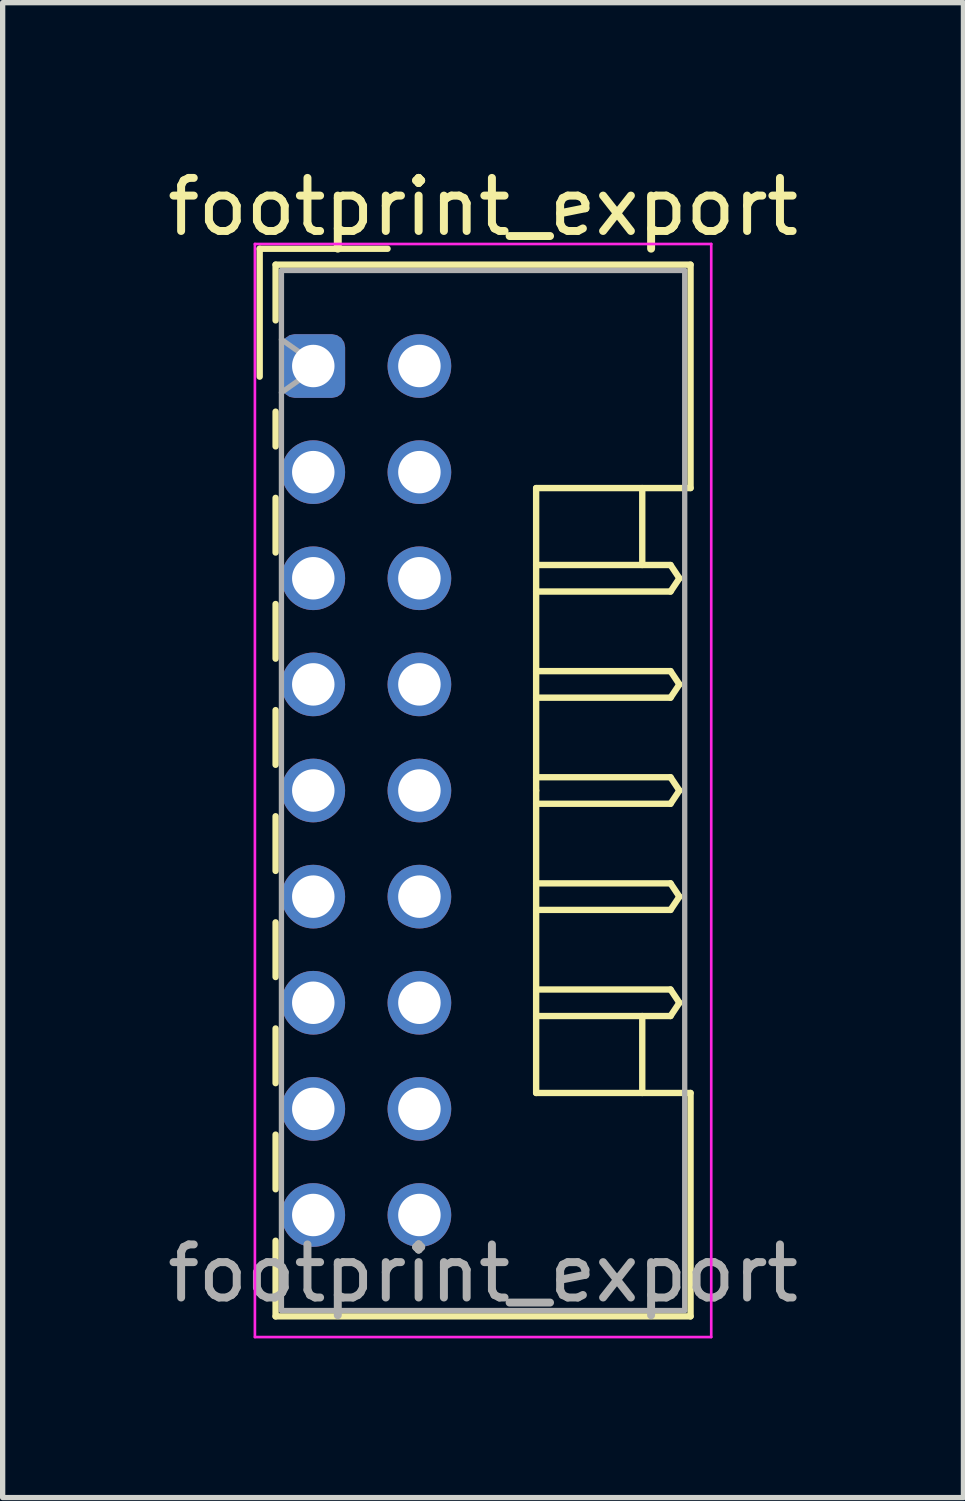
<source format=kicad_pcb>
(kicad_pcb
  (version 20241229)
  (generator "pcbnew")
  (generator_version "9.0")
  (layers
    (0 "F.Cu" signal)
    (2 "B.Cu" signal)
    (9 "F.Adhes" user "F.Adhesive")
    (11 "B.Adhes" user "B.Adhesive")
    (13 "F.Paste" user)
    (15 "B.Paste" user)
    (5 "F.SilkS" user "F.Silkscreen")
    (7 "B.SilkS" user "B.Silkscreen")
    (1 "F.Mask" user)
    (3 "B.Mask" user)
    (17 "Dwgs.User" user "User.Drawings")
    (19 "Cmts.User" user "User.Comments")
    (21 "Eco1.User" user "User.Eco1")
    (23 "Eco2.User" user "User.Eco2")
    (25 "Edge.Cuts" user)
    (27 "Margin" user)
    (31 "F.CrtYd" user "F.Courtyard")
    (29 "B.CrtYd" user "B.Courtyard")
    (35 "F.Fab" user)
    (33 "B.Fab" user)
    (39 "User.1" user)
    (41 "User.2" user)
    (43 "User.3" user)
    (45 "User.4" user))
  (footprint "footprint_export"
    (layer "F.Cu")
    (at 2.854 3.848)
    (property "Reference" "footprint_export" (at 3.2 -3 0) (layer "F.SilkS") (effects (font (size 1 1) (thickness 0.15))))
    (attr through_hole)
    (fp_line (start -1.01 -2.21) (end -1.01 0.2) (stroke (width 0.12) (type solid)) (layer "F.SilkS"))
    (fp_line (start -0.71 -1.91) (end -0.71 -0.86) (stroke (width 0.12) (type solid)) (layer "F.SilkS"))
    (fp_line (start -0.71 -1.91) (end 7.11 -1.91) (stroke (width 0.12) (type solid)) (layer "F.SilkS"))
    (fp_line (start -0.71 0.86) (end -0.71 1.515) (stroke (width 0.12) (type solid)) (layer "F.SilkS"))
    (fp_line (start -0.71 2.485) (end -0.71 3.515) (stroke (width 0.12) (type solid)) (layer "F.SilkS"))
    (fp_line (start -0.71 4.485) (end -0.71 5.515) (stroke (width 0.12) (type solid)) (layer "F.SilkS"))
    (fp_line (start -0.71 6.485) (end -0.71 7.515) (stroke (width 0.12) (type solid)) (layer "F.SilkS"))
    (fp_line (start -0.71 8.485) (end -0.71 9.515) (stroke (width 0.12) (type solid)) (layer "F.SilkS"))
    (fp_line (start -0.71 10.485) (end -0.71 11.515) (stroke (width 0.12) (type solid)) (layer "F.SilkS"))
    (fp_line (start -0.71 12.485) (end -0.71 13.515) (stroke (width 0.12) (type solid)) (layer "F.SilkS"))
    (fp_line (start -0.71 14.485) (end -0.71 15.515) (stroke (width 0.12) (type solid)) (layer "F.SilkS"))
    (fp_line (start -0.71 16.485) (end -0.71 17.91) (stroke (width 0.12) (type solid)) (layer "F.SilkS"))
    (fp_line (start -0.71 17.91) (end 7.11 17.91) (stroke (width 0.12) (type solid)) (layer "F.SilkS"))
    (fp_line (start 1.4 -2.21) (end -1.01 -2.21) (stroke (width 0.12) (type solid)) (layer "F.SilkS"))
    (fp_line (start 4.2 2.3) (end 4.2 8) (stroke (width 0.12) (type solid)) (layer "F.SilkS"))
    (fp_line (start 4.2 3.75) (end 6.733 3.75) (stroke (width 0.12) (type solid)) (layer "F.SilkS"))
    (fp_line (start 4.2 5.75) (end 6.733 5.75) (stroke (width 0.12) (type solid)) (layer "F.SilkS"))
    (fp_line (start 4.2 7.75) (end 6.733 7.75) (stroke (width 0.12) (type solid)) (layer "F.SilkS"))
    (fp_line (start 4.2 9.75) (end 6.733 9.75) (stroke (width 0.12) (type solid)) (layer "F.SilkS"))
    (fp_line (start 4.2 11.75) (end 6.733 11.75) (stroke (width 0.12) (type solid)) (layer "F.SilkS"))
    (fp_line (start 4.2 13.7) (end 4.2 8) (stroke (width 0.12) (type solid)) (layer "F.SilkS"))
    (fp_line (start 6.2 2.3) (end 6.2 3.75) (stroke (width 0.12) (type solid)) (layer "F.SilkS"))
    (fp_line (start 6.2 13.7) (end 6.2 12.25) (stroke (width 0.12) (type solid)) (layer "F.SilkS"))
    (fp_line (start 6.733 3.75) (end 6.9 4) (stroke (width 0.12) (type solid)) (layer "F.SilkS"))
    (fp_line (start 6.733 4.25) (end 4.2 4.25) (stroke (width 0.12) (type solid)) (layer "F.SilkS"))
    (fp_line (start 6.733 5.75) (end 6.9 6) (stroke (width 0.12) (type solid)) (layer "F.SilkS"))
    (fp_line (start 6.733 6.25) (end 4.2 6.25) (stroke (width 0.12) (type solid)) (layer "F.SilkS"))
    (fp_line (start 6.733 7.75) (end 6.9 8) (stroke (width 0.12) (type solid)) (layer "F.SilkS"))
    (fp_line (start 6.733 8.25) (end 4.2 8.25) (stroke (width 0.12) (type solid)) (layer "F.SilkS"))
    (fp_line (start 6.733 9.75) (end 6.9 10) (stroke (width 0.12) (type solid)) (layer "F.SilkS"))
    (fp_line (start 6.733 10.25) (end 4.2 10.25) (stroke (width 0.12) (type solid)) (layer "F.SilkS"))
    (fp_line (start 6.733 11.75) (end 6.9 12) (stroke (width 0.12) (type solid)) (layer "F.SilkS"))
    (fp_line (start 6.733 12.25) (end 4.2 12.25) (stroke (width 0.12) (type solid)) (layer "F.SilkS"))
    (fp_line (start 6.9 4) (end 6.733 4.25) (stroke (width 0.12) (type solid)) (layer "F.SilkS"))
    (fp_line (start 6.9 6) (end 6.733 6.25) (stroke (width 0.12) (type solid)) (layer "F.SilkS"))
    (fp_line (start 6.9 8) (end 6.733 8.25) (stroke (width 0.12) (type solid)) (layer "F.SilkS"))
    (fp_line (start 6.9 10) (end 6.733 10.25) (stroke (width 0.12) (type solid)) (layer "F.SilkS"))
    (fp_line (start 6.9 12) (end 6.733 12.25) (stroke (width 0.12) (type solid)) (layer "F.SilkS"))
    (fp_line (start 7.11 -1.91) (end 7.11 2.3) (stroke (width 0.12) (type solid)) (layer "F.SilkS"))
    (fp_line (start 7.11 2.3) (end 4.2 2.3) (stroke (width 0.12) (type solid)) (layer "F.SilkS"))
    (fp_line (start 7.11 13.7) (end 4.2 13.7) (stroke (width 0.12) (type solid)) (layer "F.SilkS"))
    (fp_line (start 7.11 17.91) (end 7.11 13.7) (stroke (width 0.12) (type solid)) (layer "F.SilkS"))
    (fp_line (start -1.1 -2.3) (end -1.1 18.3) (stroke (width 0.05) (type solid)) (layer "F.CrtYd"))
    (fp_line (start -1.1 18.3) (end 7.5 18.3) (stroke (width 0.05) (type solid)) (layer "F.CrtYd"))
    (fp_line (start 7.5 -2.3) (end -1.1 -2.3) (stroke (width 0.05) (type solid)) (layer "F.CrtYd"))
    (fp_line (start 7.5 18.3) (end 7.5 -2.3) (stroke (width 0.05) (type solid)) (layer "F.CrtYd"))
    (fp_line (start -0.6 -1.8) (end -0.6 17.8) (stroke (width 0.1) (type solid)) (layer "F.Fab"))
    (fp_line (start -0.6 0.5) (end 0.107 0) (stroke (width 0.1) (type solid)) (layer "F.Fab"))
    (fp_line (start -0.6 17.8) (end 7 17.8) (stroke (width 0.1) (type solid)) (layer "F.Fab"))
    (fp_line (start 0.107 0) (end -0.6 -0.5) (stroke (width 0.1) (type solid)) (layer "F.Fab"))
    (fp_line (start 7 -1.8) (end -0.6 -1.8) (stroke (width 0.1) (type solid)) (layer "F.Fab"))
    (fp_line (start 7 17.8) (end 7 -1.8) (stroke (width 0.1) (type solid)) (layer "F.Fab"))
    (fp_text user "${REFERENCE}" (at 3.2 17.1 0) (layer "F.Fab") (effects (font (size 1 1) (thickness 0.15))))
    (pad "a1" thru_hole roundrect (at 0 0) (size 1.2 1.2) (drill 0.8) (layers "*.Cu" "*.Mask") (roundrect_rratio 0.208))
    (pad "a2" thru_hole circle (at 0 2) (size 1.2 1.2) (drill 0.8) (layers "*.Cu" "*.Mask"))
    (pad "a3" thru_hole circle (at 0 4) (size 1.2 1.2) (drill 0.8) (layers "*.Cu" "*.Mask"))
    (pad "a4" thru_hole circle (at 0 6) (size 1.2 1.2) (drill 0.8) (layers "*.Cu" "*.Mask"))
    (pad "a5" thru_hole circle (at 0 8) (size 1.2 1.2) (drill 0.8) (layers "*.Cu" "*.Mask"))
    (pad "a6" thru_hole circle (at 0 10) (size 1.2 1.2) (drill 0.8) (layers "*.Cu" "*.Mask"))
    (pad "a7" thru_hole circle (at 0 12) (size 1.2 1.2) (drill 0.8) (layers "*.Cu" "*.Mask"))
    (pad "a8" thru_hole circle (at 0 14) (size 1.2 1.2) (drill 0.8) (layers "*.Cu" "*.Mask"))
    (pad "a9" thru_hole circle (at 0 16) (size 1.2 1.2) (drill 0.8) (layers "*.Cu" "*.Mask"))
    (pad "b1" thru_hole circle (at 2 0) (size 1.2 1.2) (drill 0.8) (layers "*.Cu" "*.Mask"))
    (pad "b2" thru_hole circle (at 2 2) (size 1.2 1.2) (drill 0.8) (layers "*.Cu" "*.Mask"))
    (pad "b3" thru_hole circle (at 2 4) (size 1.2 1.2) (drill 0.8) (layers "*.Cu" "*.Mask"))
    (pad "b4" thru_hole circle (at 2 6) (size 1.2 1.2) (drill 0.8) (layers "*.Cu" "*.Mask"))
    (pad "b5" thru_hole circle (at 2 8) (size 1.2 1.2) (drill 0.8) (layers "*.Cu" "*.Mask"))
    (pad "b6" thru_hole circle (at 2 10) (size 1.2 1.2) (drill 0.8) (layers "*.Cu" "*.Mask"))
    (pad "b7" thru_hole circle (at 2 12) (size 1.2 1.2) (drill 0.8) (layers "*.Cu" "*.Mask"))
    (pad "b8" thru_hole circle (at 2 14) (size 1.2 1.2) (drill 0.8) (layers "*.Cu" "*.Mask"))
    (pad "b9" thru_hole circle (at 2 16) (size 1.2 1.2) (drill 0.8) (layers "*.Cu" "*.Mask")))
  (gr_rect
    (start -3 -3)
    (end 15.107 25.173)
    (stroke (width 0.1) (type default))
    (fill no)
    (layer "Edge.Cuts")))
</source>
